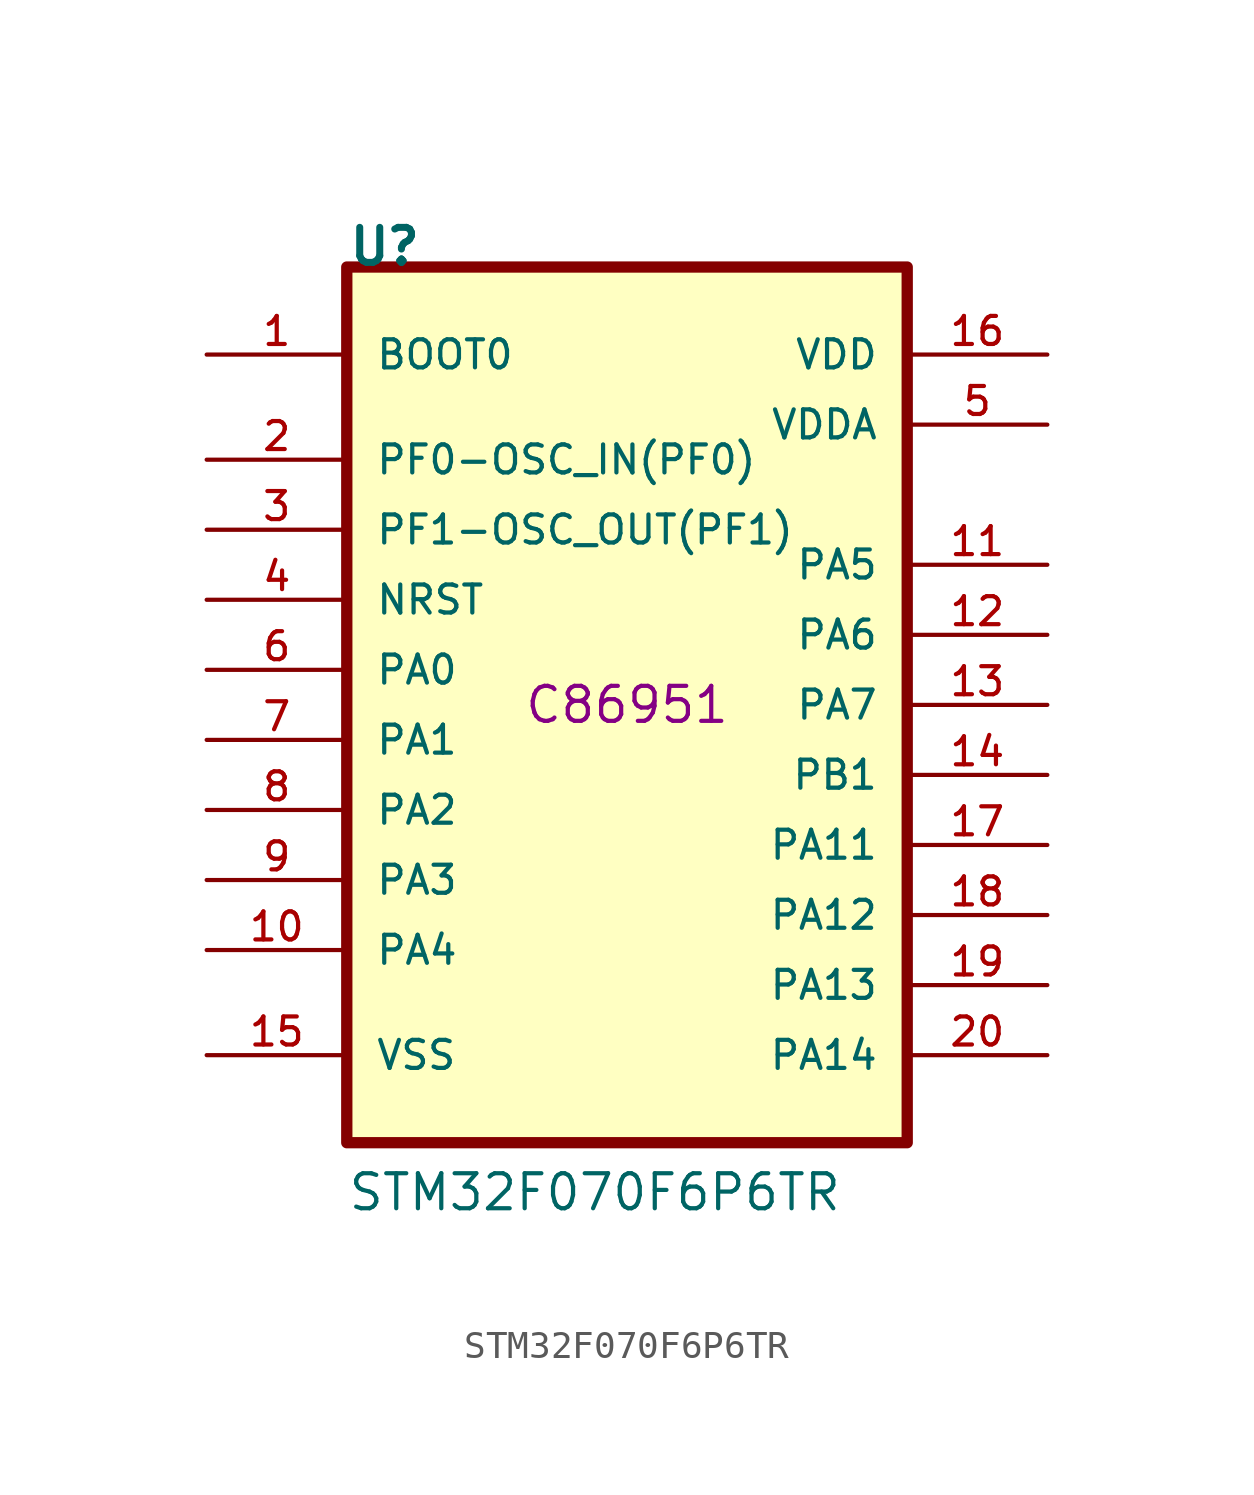
<source format=kicad_sym>
(kicad_symbol_lib
  (version 20220914)
  (generator kicad_symbol_editor)
  (symbol "STM32F070F6P6TR"
    (pin_names
      (offset 1.016))
    (property "Reference" "U"
      (at -10.16 15.875 0)
      (effects (font (size 1.27 1.27) bold) (justify left bottom)))
    (property "Value" "STM32F070F6P6TR"
      (at -10.16 -18.415 0)
      (effects (font (size 1.27 1.27)) (justify left bottom)))
    (property "LCSC" "C86951"
      (at 0 0 0)
      (effects (font (size 1.27 1.27))))
    (symbol "STM32F070F6P6TR_0_0"
      (rectangle (start -10.16 15.875) (end 10.16 -15.875) (stroke (width 0.41) (type default)) (fill (type background)))
      (pin input line (at -15.24 12.7 0) (length 5.08) (name "BOOT0" (effects (font (size 1.016 1.016)))) (number "1" (effects (font (size 1.016 1.016)))))
      (pin bidirectional line (at -15.24 -8.89 0) (length 5.08) (name "PA4" (effects (font (size 1.016 1.016)))) (number "10" (effects (font (size 1.016 1.016)))))
      (pin bidirectional line (at 15.24 5.08 180) (length 5.08) (name "PA5" (effects (font (size 1.016 1.016)))) (number "11" (effects (font (size 1.016 1.016)))))
      (pin bidirectional line (at 15.24 2.54 180) (length 5.08) (name "PA6" (effects (font (size 1.016 1.016)))) (number "12" (effects (font (size 1.016 1.016)))))
      (pin bidirectional line (at 15.24 0 180) (length 5.08) (name "PA7" (effects (font (size 1.016 1.016)))) (number "13" (effects (font (size 1.016 1.016)))))
      (pin bidirectional line (at 15.24 -2.54 180) (length 5.08) (name "PB1" (effects (font (size 1.016 1.016)))) (number "14" (effects (font (size 1.016 1.016)))))
      (pin power_in line (at -15.24 -12.7 0) (length 5.08) (name "VSS" (effects (font (size 1.016 1.016)))) (number "15" (effects (font (size 1.016 1.016)))))
      (pin power_in line (at 15.24 12.7 180) (length 5.08) (name "VDD" (effects (font (size 1.016 1.016)))) (number "16" (effects (font (size 1.016 1.016)))))
      (pin bidirectional line (at 15.24 -5.08 180) (length 5.08) (name "PA11" (effects (font (size 1.016 1.016)))) (number "17" (effects (font (size 1.016 1.016)))))
      (pin bidirectional line (at 15.24 -7.62 180) (length 5.08) (name "PA12" (effects (font (size 1.016 1.016)))) (number "18" (effects (font (size 1.016 1.016)))))
      (pin bidirectional line (at 15.24 -10.16 180) (length 5.08) (name "PA13" (effects (font (size 1.016 1.016)))) (number "19" (effects (font (size 1.016 1.016)))))
      (pin bidirectional line (at -15.24 8.89 0) (length 5.08) (name "PF0-OSC_IN(PF0)" (effects (font (size 1.016 1.016)))) (number "2" (effects (font (size 1.016 1.016)))))
      (pin bidirectional line (at 15.24 -12.7 180) (length 5.08) (name "PA14" (effects (font (size 1.016 1.016)))) (number "20" (effects (font (size 1.016 1.016)))))
      (pin bidirectional line (at -15.24 6.35 0) (length 5.08) (name "PF1-OSC_OUT(PF1)" (effects (font (size 1.016 1.016)))) (number "3" (effects (font (size 1.016 1.016)))))
      (pin bidirectional line (at -15.24 3.81 0) (length 5.08) (name "NRST" (effects (font (size 1.016 1.016)))) (number "4" (effects (font (size 1.016 1.016)))))
      (pin power_in line (at 15.24 10.16 180) (length 5.08) (name "VDDA" (effects (font (size 1.016 1.016)))) (number "5" (effects (font (size 1.016 1.016)))))
      (pin bidirectional line (at -15.24 1.27 0) (length 5.08) (name "PA0" (effects (font (size 1.016 1.016)))) (number "6" (effects (font (size 1.016 1.016)))))
      (pin bidirectional line (at -15.24 -1.27 0) (length 5.08) (name "PA1" (effects (font (size 1.016 1.016)))) (number "7" (effects (font (size 1.016 1.016)))))
      (pin bidirectional line (at -15.24 -3.81 0) (length 5.08) (name "PA2" (effects (font (size 1.016 1.016)))) (number "8" (effects (font (size 1.016 1.016)))))
      (pin bidirectional line (at -15.24 -6.35 0) (length 5.08) (name "PA3" (effects (font (size 1.016 1.016)))) (number "9" (effects (font (size 1.016 1.016))))))))
</source>
